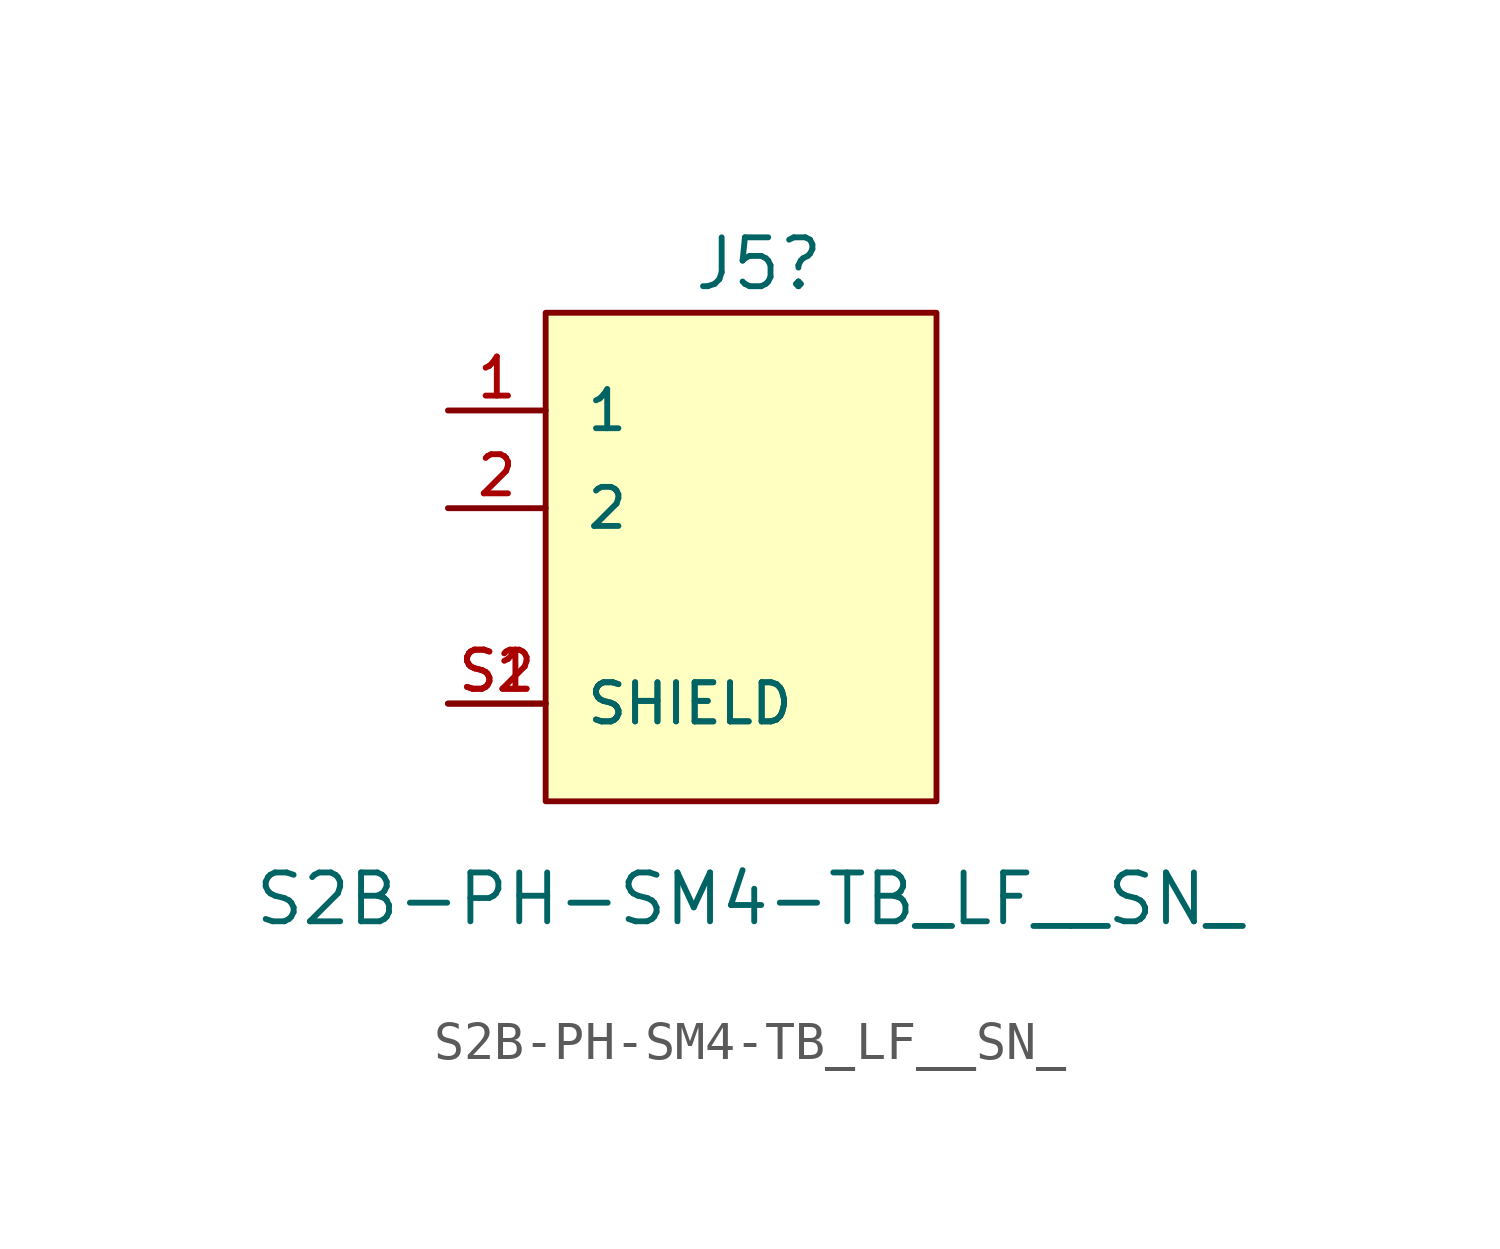
<source format=kicad_sym>
(kicad_symbol_lib
  (version 20220914)
  (generator kicad_symbol_editor)
  (symbol "S2B-PH-SM4-TB_LF__SN_"
    (pin_names
      (offset 1.016))
    (property "Reference" "J5"
      (at -1.27 6.35 0)
      (effects (font (size 1.27 1.27)) (justify left)))
    (property "Value" "S2B-PH-SM4-TB_LF__SN_"
      (at -12.7 -10.16 0)
      (effects (font (size 1.27 1.27)) (justify left)))
    (property "ki_locked" ""
      (at 0 0 0)
      (effects (font (size 1.27 1.27))))
    (symbol "S2B-PH-SM4-TB_LF__SN__0_0"
      (rectangle (start -5.08 -7.62) (end 5.08 5.08) (stroke (width 0.152) (type solid)) (fill (type background)))
      (pin passive line (at -7.62 2.54 0) (length 2.54) (name "1" (effects (font (size 1.016 1.016)))) (number "1" (effects (font (size 1.016 1.016)))))
      (pin passive line (at -7.62 0 0) (length 2.54) (name "2" (effects (font (size 1.016 1.016)))) (number "2" (effects (font (size 1.016 1.016)))))
      (pin passive line (at -7.62 -5.08 0) (length 2.54) (name "SHIELD" (effects (font (size 1.016 1.016)))) (number "S1" (effects (font (size 1.016 1.016)))))
      (pin passive line (at -7.62 -5.08 0) (length 2.54) (name "SHIELD" (effects (font (size 1.016 1.016)))) (number "S2" (effects (font (size 1.016 1.016))))))))
</source>
